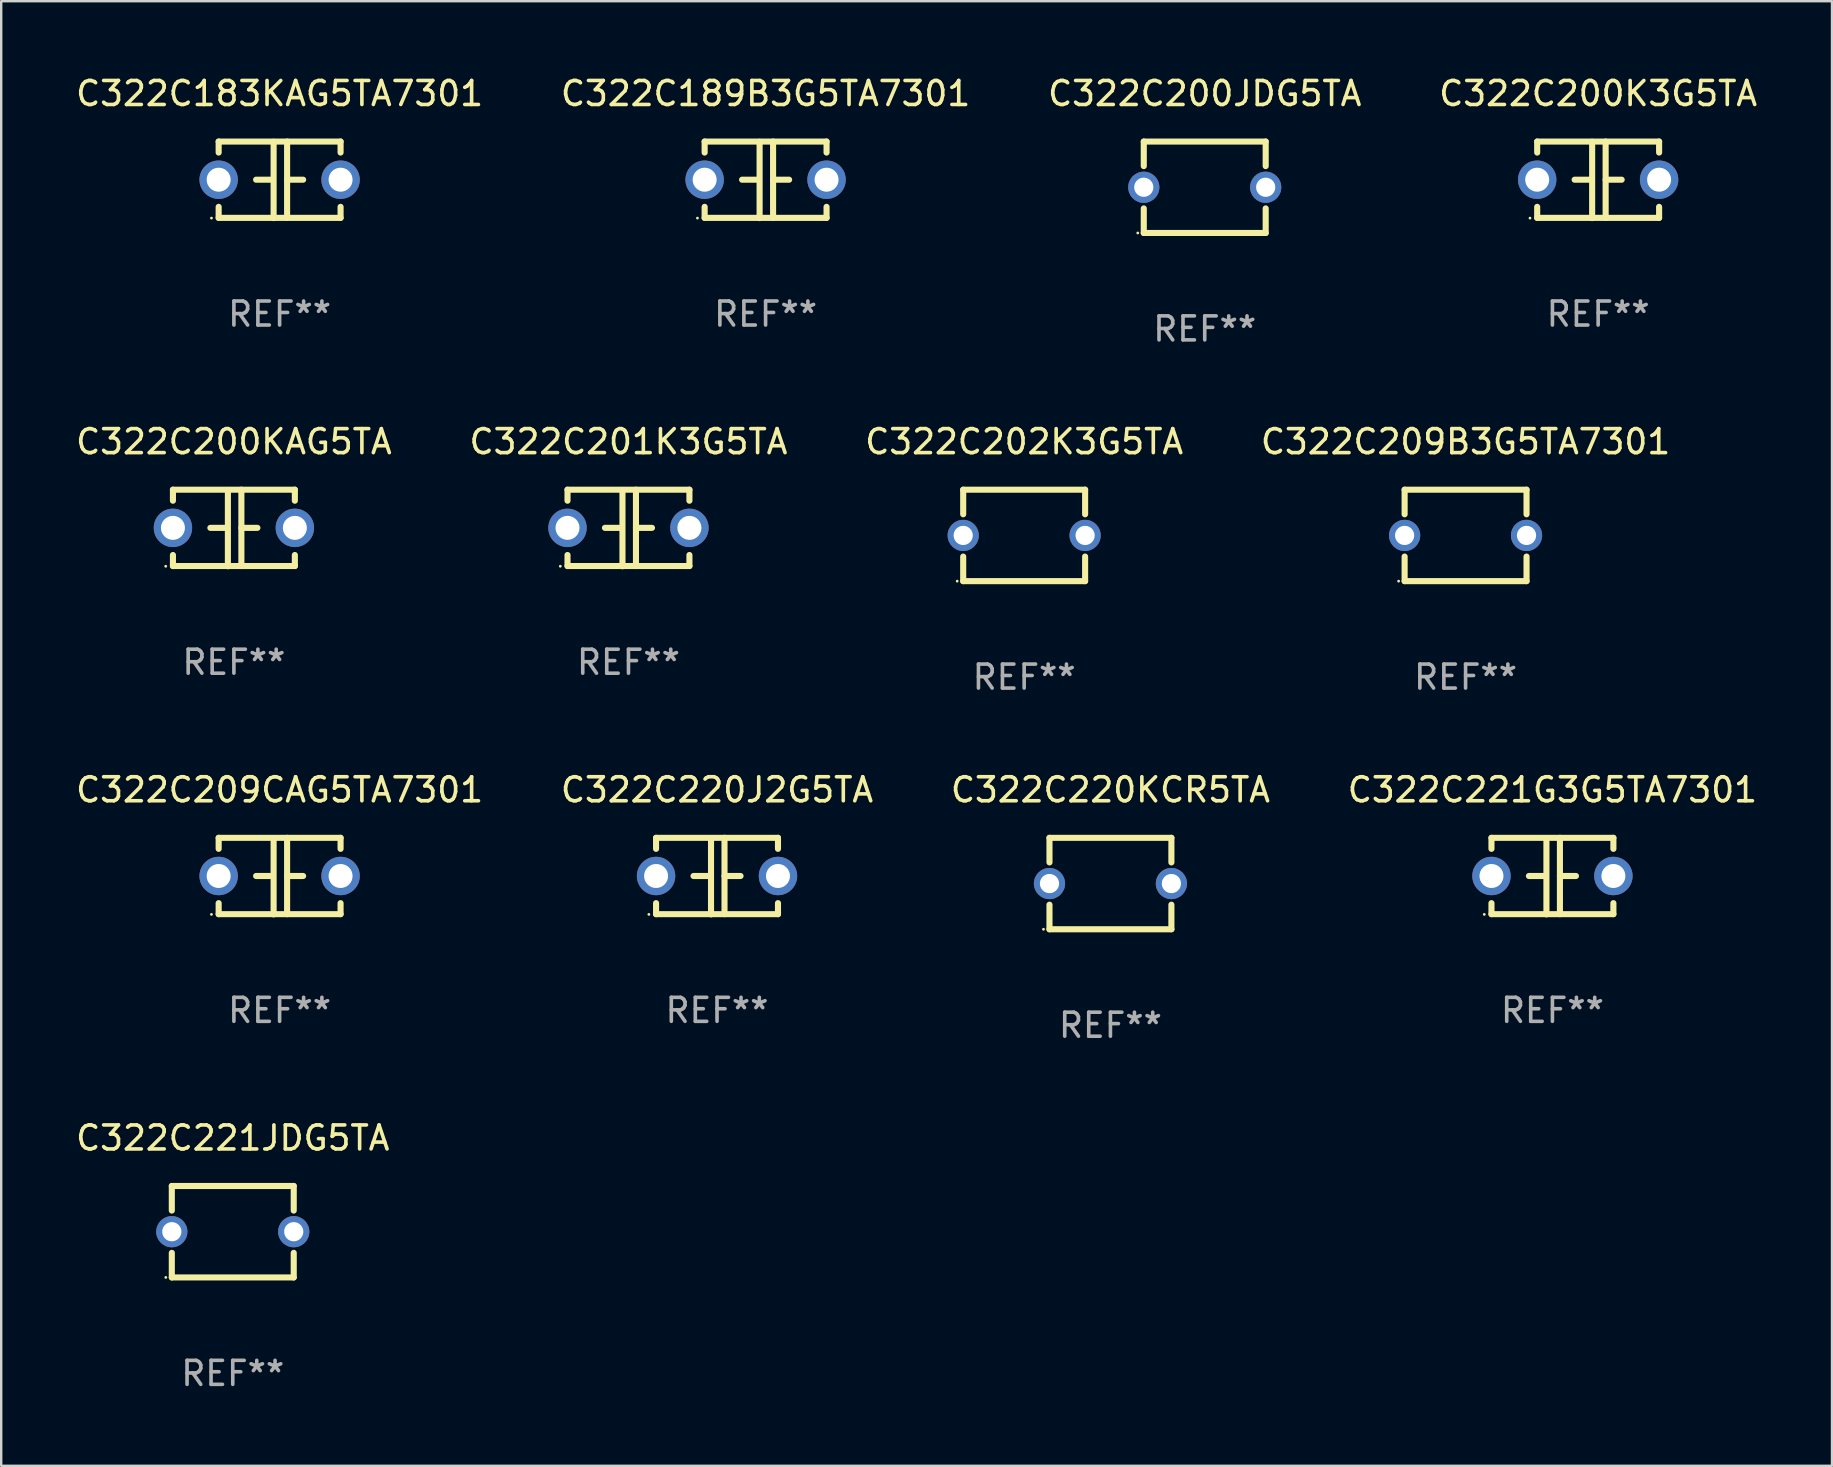
<source format=kicad_pcb>
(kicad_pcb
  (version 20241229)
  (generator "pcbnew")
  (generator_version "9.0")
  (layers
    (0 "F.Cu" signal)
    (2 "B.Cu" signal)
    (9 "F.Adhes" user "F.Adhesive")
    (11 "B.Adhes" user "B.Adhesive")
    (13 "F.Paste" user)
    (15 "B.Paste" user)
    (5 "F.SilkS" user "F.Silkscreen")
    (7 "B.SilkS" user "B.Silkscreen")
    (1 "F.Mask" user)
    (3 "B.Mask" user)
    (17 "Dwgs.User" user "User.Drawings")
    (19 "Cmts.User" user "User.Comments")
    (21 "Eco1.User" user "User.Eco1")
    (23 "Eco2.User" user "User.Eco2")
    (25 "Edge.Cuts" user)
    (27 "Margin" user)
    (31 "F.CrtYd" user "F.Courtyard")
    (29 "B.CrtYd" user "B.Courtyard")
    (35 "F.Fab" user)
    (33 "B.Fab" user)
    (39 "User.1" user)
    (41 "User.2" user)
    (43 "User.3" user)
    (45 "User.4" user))
  (footprint "C322C201K3G5TA"
    (layer "F.Cu")
    (at 23.137 18.95)
    (property "Reference" "C322C201K3G5TA" (at 0 -3.595 0) (layer "F.SilkS") (effects (font (size 1 1) (thickness 0.15))))
    (attr through_hole)
    (fp_line (start -2.54 -1.595) (end -2.54 -1.136) (stroke (width 0.254) (type solid)) (layer "F.SilkS"))
    (fp_line (start -2.54 -1.595) (end 2.54 -1.595) (stroke (width 0.254) (type solid)) (layer "F.SilkS"))
    (fp_line (start -2.54 1.126) (end -2.54 1.585) (stroke (width 0.254) (type solid)) (layer "F.SilkS"))
    (fp_line (start -0.312 -0.005) (end -0.98 -0.005) (stroke (width 0.254) (type solid)) (layer "F.SilkS"))
    (fp_line (start -0.25 -1.585) (end -0.25 1.595) (stroke (width 0.254) (type solid)) (layer "F.SilkS"))
    (fp_line (start 0.312 -1.595) (end 0.312 1.585) (stroke (width 0.254) (type solid)) (layer "F.SilkS"))
    (fp_line (start 0.312 -0.005) (end 0.98 -0.005) (stroke (width 0.254) (type solid)) (layer "F.SilkS"))
    (fp_line (start 2.54 -1.595) (end 2.54 -1.136) (stroke (width 0.254) (type solid)) (layer "F.SilkS"))
    (fp_line (start 2.54 1.126) (end 2.54 1.585) (stroke (width 0.254) (type solid)) (layer "F.SilkS"))
    (fp_line (start 2.54 1.585) (end -2.54 1.585) (stroke (width 0.254) (type solid)) (layer "F.SilkS"))
    (fp_circle (center -2.84 1.595) (end -2.81 1.595) (stroke (width 0.06) (type solid)) (fill no) (layer "F.SilkS"))
    (fp_text user "REF**" (at 0 5.595 0) (layer "F.Fab") (effects (font (size 1 1) (thickness 0.15))))
    (pad "1" thru_hole circle (at -2.54 -0.005) (size 1.6 1.6) (drill 1) (layers "*.Cu" "*.Mask"))
    (pad "2" thru_hole circle (at 2.54 -0.005) (size 1.6 1.6) (drill 1) (layers "*.Cu" "*.Mask")))
  (footprint "C322C200KAG5TA"
    (layer "F.Cu")
    (at 6.696 18.95)
    (property "Reference" "C322C200KAG5TA" (at 0 -3.595 0) (layer "F.SilkS") (effects (font (size 1 1) (thickness 0.15))))
    (attr through_hole)
    (fp_line (start -2.54 -1.595) (end -2.54 -1.136) (stroke (width 0.254) (type solid)) (layer "F.SilkS"))
    (fp_line (start -2.54 -1.595) (end 2.54 -1.595) (stroke (width 0.254) (type solid)) (layer "F.SilkS"))
    (fp_line (start -2.54 1.126) (end -2.54 1.585) (stroke (width 0.254) (type solid)) (layer "F.SilkS"))
    (fp_line (start -0.312 -0.005) (end -0.98 -0.005) (stroke (width 0.254) (type solid)) (layer "F.SilkS"))
    (fp_line (start -0.25 -1.585) (end -0.25 1.595) (stroke (width 0.254) (type solid)) (layer "F.SilkS"))
    (fp_line (start 0.312 -1.595) (end 0.312 1.585) (stroke (width 0.254) (type solid)) (layer "F.SilkS"))
    (fp_line (start 0.312 -0.005) (end 0.98 -0.005) (stroke (width 0.254) (type solid)) (layer "F.SilkS"))
    (fp_line (start 2.54 -1.595) (end 2.54 -1.136) (stroke (width 0.254) (type solid)) (layer "F.SilkS"))
    (fp_line (start 2.54 1.126) (end 2.54 1.585) (stroke (width 0.254) (type solid)) (layer "F.SilkS"))
    (fp_line (start 2.54 1.585) (end -2.54 1.585) (stroke (width 0.254) (type solid)) (layer "F.SilkS"))
    (fp_circle (center -2.84 1.595) (end -2.81 1.595) (stroke (width 0.06) (type solid)) (fill no) (layer "F.SilkS"))
    (fp_text user "REF**" (at 0 5.595 0) (layer "F.Fab") (effects (font (size 1 1) (thickness 0.15))))
    (pad "1" thru_hole circle (at -2.54 -0.005) (size 1.6 1.6) (drill 1) (layers "*.Cu" "*.Mask"))
    (pad "2" thru_hole circle (at 2.54 -0.005) (size 1.6 1.6) (drill 1) (layers "*.Cu" "*.Mask")))
  (footprint "C322C220J2G5TA"
    (layer "F.Cu")
    (at 26.827 33.456)
    (property "Reference" "C322C220J2G5TA" (at 0 -3.595 0) (layer "F.SilkS") (effects (font (size 1 1) (thickness 0.15))))
    (attr through_hole)
    (fp_line (start -2.54 -1.595) (end -2.54 -1.136) (stroke (width 0.254) (type solid)) (layer "F.SilkS"))
    (fp_line (start -2.54 -1.595) (end 2.54 -1.595) (stroke (width 0.254) (type solid)) (layer "F.SilkS"))
    (fp_line (start -2.54 1.126) (end -2.54 1.585) (stroke (width 0.254) (type solid)) (layer "F.SilkS"))
    (fp_line (start -0.312 -0.005) (end -0.98 -0.005) (stroke (width 0.254) (type solid)) (layer "F.SilkS"))
    (fp_line (start -0.25 -1.585) (end -0.25 1.595) (stroke (width 0.254) (type solid)) (layer "F.SilkS"))
    (fp_line (start 0.312 -1.595) (end 0.312 1.585) (stroke (width 0.254) (type solid)) (layer "F.SilkS"))
    (fp_line (start 0.312 -0.005) (end 0.98 -0.005) (stroke (width 0.254) (type solid)) (layer "F.SilkS"))
    (fp_line (start 2.54 -1.595) (end 2.54 -1.136) (stroke (width 0.254) (type solid)) (layer "F.SilkS"))
    (fp_line (start 2.54 1.126) (end 2.54 1.585) (stroke (width 0.254) (type solid)) (layer "F.SilkS"))
    (fp_line (start 2.54 1.585) (end -2.54 1.585) (stroke (width 0.254) (type solid)) (layer "F.SilkS"))
    (fp_circle (center -2.84 1.595) (end -2.81 1.595) (stroke (width 0.06) (type solid)) (fill no) (layer "F.SilkS"))
    (fp_text user "REF**" (at 0 5.595 0) (layer "F.Fab") (effects (font (size 1 1) (thickness 0.15))))
    (pad "1" thru_hole circle (at -2.54 -0.005) (size 1.6 1.6) (drill 1) (layers "*.Cu" "*.Mask"))
    (pad "2" thru_hole circle (at 2.54 -0.005) (size 1.6 1.6) (drill 1) (layers "*.Cu" "*.Mask")))
  (footprint "C322C221JDG5TA"
    (layer "F.Cu")
    (at 6.649 48.273)
    (property "Reference" "C322C221JDG5TA" (at 0 -3.905 0) (layer "F.SilkS") (effects (font (size 1 1) (thickness 0.15))))
    (attr through_hole)
    (fp_line (start -2.54 -1.905) (end -2.54 -0.881) (stroke (width 0.254) (type solid)) (layer "F.SilkS"))
    (fp_line (start -2.54 0.881) (end -2.54 1.905) (stroke (width 0.254) (type solid)) (layer "F.SilkS"))
    (fp_line (start -2.54 1.905) (end 2.54 1.905) (stroke (width 0.254) (type solid)) (layer "F.SilkS"))
    (fp_line (start 2.54 -1.905) (end -2.54 -1.905) (stroke (width 0.254) (type solid)) (layer "F.SilkS"))
    (fp_line (start 2.54 -0.881) (end 2.54 -1.905) (stroke (width 0.254) (type solid)) (layer "F.SilkS"))
    (fp_line (start 2.54 1.905) (end 2.54 0.881) (stroke (width 0.254) (type solid)) (layer "F.SilkS"))
    (fp_circle (center -2.79 1.905) (end -2.76 1.905) (stroke (width 0.06) (type solid)) (fill no) (layer "F.SilkS"))
    (fp_text user "REF**" (at 0 5.905 0) (layer "F.Fab") (effects (font (size 1 1) (thickness 0.15))))
    (pad "1" thru_hole circle (at -2.54 0) (size 1.3 1.3) (drill 0.8) (layers "*.Cu" "*.Mask"))
    (pad "2" thru_hole circle (at 2.54 0) (size 1.3 1.3) (drill 0.8) (layers "*.Cu" "*.Mask")))
  (footprint "C322C200JDG5TA"
    (layer "F.Cu")
    (at 47.149 4.753)
    (property "Reference" "C322C200JDG5TA" (at 0 -3.905 0) (layer "F.SilkS") (effects (font (size 1 1) (thickness 0.15))))
    (attr through_hole)
    (fp_line (start -2.54 -1.905) (end -2.54 -0.881) (stroke (width 0.254) (type solid)) (layer "F.SilkS"))
    (fp_line (start -2.54 0.881) (end -2.54 1.905) (stroke (width 0.254) (type solid)) (layer "F.SilkS"))
    (fp_line (start -2.54 1.905) (end 2.54 1.905) (stroke (width 0.254) (type solid)) (layer "F.SilkS"))
    (fp_line (start 2.54 -1.905) (end -2.54 -1.905) (stroke (width 0.254) (type solid)) (layer "F.SilkS"))
    (fp_line (start 2.54 -0.881) (end 2.54 -1.905) (stroke (width 0.254) (type solid)) (layer "F.SilkS"))
    (fp_line (start 2.54 1.905) (end 2.54 0.881) (stroke (width 0.254) (type solid)) (layer "F.SilkS"))
    (fp_circle (center -2.79 1.905) (end -2.76 1.905) (stroke (width 0.06) (type solid)) (fill no) (layer "F.SilkS"))
    (fp_text user "REF**" (at 0 5.905 0) (layer "F.Fab") (effects (font (size 1 1) (thickness 0.15))))
    (pad "1" thru_hole circle (at -2.54 0) (size 1.3 1.3) (drill 0.8) (layers "*.Cu" "*.Mask"))
    (pad "2" thru_hole circle (at 2.54 0) (size 1.3 1.3) (drill 0.8) (layers "*.Cu" "*.Mask")))
  (footprint "C322C202K3G5TA"
    (layer "F.Cu")
    (at 39.625 19.26)
    (property "Reference" "C322C202K3G5TA" (at 0 -3.905 0) (layer "F.SilkS") (effects (font (size 1 1) (thickness 0.15))))
    (attr through_hole)
    (fp_line (start -2.54 -1.905) (end -2.54 -0.881) (stroke (width 0.254) (type solid)) (layer "F.SilkS"))
    (fp_line (start -2.54 0.881) (end -2.54 1.905) (stroke (width 0.254) (type solid)) (layer "F.SilkS"))
    (fp_line (start -2.54 1.905) (end 2.54 1.905) (stroke (width 0.254) (type solid)) (layer "F.SilkS"))
    (fp_line (start 2.54 -1.905) (end -2.54 -1.905) (stroke (width 0.254) (type solid)) (layer "F.SilkS"))
    (fp_line (start 2.54 -0.881) (end 2.54 -1.905) (stroke (width 0.254) (type solid)) (layer "F.SilkS"))
    (fp_line (start 2.54 1.905) (end 2.54 0.881) (stroke (width 0.254) (type solid)) (layer "F.SilkS"))
    (fp_circle (center -2.79 1.905) (end -2.76 1.905) (stroke (width 0.06) (type solid)) (fill no) (layer "F.SilkS"))
    (fp_text user "REF**" (at 0 5.905 0) (layer "F.Fab") (effects (font (size 1 1) (thickness 0.15))))
    (pad "1" thru_hole circle (at -2.54 0) (size 1.3 1.3) (drill 0.8) (layers "*.Cu" "*.Mask"))
    (pad "2" thru_hole circle (at 2.54 0) (size 1.3 1.3) (drill 0.8) (layers "*.Cu" "*.Mask")))
  (footprint "C322C189B3G5TA7301"
    (layer "F.Cu")
    (at 28.851 4.443)
    (property "Reference" "C322C189B3G5TA7301" (at 0 -3.595 0) (layer "F.SilkS") (effects (font (size 1 1) (thickness 0.15))))
    (attr through_hole)
    (fp_line (start -2.54 -1.595) (end -2.54 -1.136) (stroke (width 0.254) (type solid)) (layer "F.SilkS"))
    (fp_line (start -2.54 -1.595) (end 2.54 -1.595) (stroke (width 0.254) (type solid)) (layer "F.SilkS"))
    (fp_line (start -2.54 1.126) (end -2.54 1.585) (stroke (width 0.254) (type solid)) (layer "F.SilkS"))
    (fp_line (start -0.312 -0.005) (end -0.98 -0.005) (stroke (width 0.254) (type solid)) (layer "F.SilkS"))
    (fp_line (start -0.25 -1.585) (end -0.25 1.595) (stroke (width 0.254) (type solid)) (layer "F.SilkS"))
    (fp_line (start 0.312 -1.595) (end 0.312 1.585) (stroke (width 0.254) (type solid)) (layer "F.SilkS"))
    (fp_line (start 0.312 -0.005) (end 0.98 -0.005) (stroke (width 0.254) (type solid)) (layer "F.SilkS"))
    (fp_line (start 2.54 -1.595) (end 2.54 -1.136) (stroke (width 0.254) (type solid)) (layer "F.SilkS"))
    (fp_line (start 2.54 1.126) (end 2.54 1.585) (stroke (width 0.254) (type solid)) (layer "F.SilkS"))
    (fp_line (start 2.54 1.585) (end -2.54 1.585) (stroke (width 0.254) (type solid)) (layer "F.SilkS"))
    (fp_circle (center -2.84 1.595) (end -2.81 1.595) (stroke (width 0.06) (type solid)) (fill no) (layer "F.SilkS"))
    (fp_text user "REF**" (at 0 5.595 0) (layer "F.Fab") (effects (font (size 1 1) (thickness 0.15))))
    (pad "1" thru_hole circle (at -2.54 -0.005) (size 1.6 1.6) (drill 1) (layers "*.Cu" "*.Mask"))
    (pad "2" thru_hole circle (at 2.54 -0.005) (size 1.6 1.6) (drill 1) (layers "*.Cu" "*.Mask")))
  (footprint "C322C200K3G5TA"
    (layer "F.Cu")
    (at 63.542 4.443)
    (property "Reference" "C322C200K3G5TA" (at 0 -3.595 0) (layer "F.SilkS") (effects (font (size 1 1) (thickness 0.15))))
    (attr through_hole)
    (fp_line (start -2.54 -1.595) (end -2.54 -1.136) (stroke (width 0.254) (type solid)) (layer "F.SilkS"))
    (fp_line (start -2.54 -1.595) (end 2.54 -1.595) (stroke (width 0.254) (type solid)) (layer "F.SilkS"))
    (fp_line (start -2.54 1.126) (end -2.54 1.585) (stroke (width 0.254) (type solid)) (layer "F.SilkS"))
    (fp_line (start -0.312 -0.005) (end -0.98 -0.005) (stroke (width 0.254) (type solid)) (layer "F.SilkS"))
    (fp_line (start -0.25 -1.585) (end -0.25 1.595) (stroke (width 0.254) (type solid)) (layer "F.SilkS"))
    (fp_line (start 0.312 -1.595) (end 0.312 1.585) (stroke (width 0.254) (type solid)) (layer "F.SilkS"))
    (fp_line (start 0.312 -0.005) (end 0.98 -0.005) (stroke (width 0.254) (type solid)) (layer "F.SilkS"))
    (fp_line (start 2.54 -1.595) (end 2.54 -1.136) (stroke (width 0.254) (type solid)) (layer "F.SilkS"))
    (fp_line (start 2.54 1.126) (end 2.54 1.585) (stroke (width 0.254) (type solid)) (layer "F.SilkS"))
    (fp_line (start 2.54 1.585) (end -2.54 1.585) (stroke (width 0.254) (type solid)) (layer "F.SilkS"))
    (fp_circle (center -2.84 1.595) (end -2.81 1.595) (stroke (width 0.06) (type solid)) (fill no) (layer "F.SilkS"))
    (fp_text user "REF**" (at 0 5.595 0) (layer "F.Fab") (effects (font (size 1 1) (thickness 0.15))))
    (pad "1" thru_hole circle (at -2.54 -0.005) (size 1.6 1.6) (drill 1) (layers "*.Cu" "*.Mask"))
    (pad "2" thru_hole circle (at 2.54 -0.005) (size 1.6 1.6) (drill 1) (layers "*.Cu" "*.Mask")))
  (footprint "C322C183KAG5TA7301"
    (layer "F.Cu")
    (at 8.601 4.443)
    (property "Reference" "C322C183KAG5TA7301" (at 0 -3.595 0) (layer "F.SilkS") (effects (font (size 1 1) (thickness 0.15))))
    (attr through_hole)
    (fp_line (start -2.54 -1.595) (end -2.54 -1.136) (stroke (width 0.254) (type solid)) (layer "F.SilkS"))
    (fp_line (start -2.54 -1.595) (end 2.54 -1.595) (stroke (width 0.254) (type solid)) (layer "F.SilkS"))
    (fp_line (start -2.54 1.126) (end -2.54 1.585) (stroke (width 0.254) (type solid)) (layer "F.SilkS"))
    (fp_line (start -0.312 -0.005) (end -0.98 -0.005) (stroke (width 0.254) (type solid)) (layer "F.SilkS"))
    (fp_line (start -0.25 -1.585) (end -0.25 1.595) (stroke (width 0.254) (type solid)) (layer "F.SilkS"))
    (fp_line (start 0.312 -1.595) (end 0.312 1.585) (stroke (width 0.254) (type solid)) (layer "F.SilkS"))
    (fp_line (start 0.312 -0.005) (end 0.98 -0.005) (stroke (width 0.254) (type solid)) (layer "F.SilkS"))
    (fp_line (start 2.54 -1.595) (end 2.54 -1.136) (stroke (width 0.254) (type solid)) (layer "F.SilkS"))
    (fp_line (start 2.54 1.126) (end 2.54 1.585) (stroke (width 0.254) (type solid)) (layer "F.SilkS"))
    (fp_line (start 2.54 1.585) (end -2.54 1.585) (stroke (width 0.254) (type solid)) (layer "F.SilkS"))
    (fp_circle (center -2.84 1.595) (end -2.81 1.595) (stroke (width 0.06) (type solid)) (fill no) (layer "F.SilkS"))
    (fp_text user "REF**" (at 0 5.595 0) (layer "F.Fab") (effects (font (size 1 1) (thickness 0.15))))
    (pad "1" thru_hole circle (at -2.54 -0.005) (size 1.6 1.6) (drill 1) (layers "*.Cu" "*.Mask"))
    (pad "2" thru_hole circle (at 2.54 -0.005) (size 1.6 1.6) (drill 1) (layers "*.Cu" "*.Mask")))
  (footprint "C322C209CAG5TA7301"
    (layer "F.Cu")
    (at 8.601 33.456)
    (property "Reference" "C322C209CAG5TA7301" (at 0 -3.595 0) (layer "F.SilkS") (effects (font (size 1 1) (thickness 0.15))))
    (attr through_hole)
    (fp_line (start -2.54 -1.595) (end -2.54 -1.136) (stroke (width 0.254) (type solid)) (layer "F.SilkS"))
    (fp_line (start -2.54 -1.595) (end 2.54 -1.595) (stroke (width 0.254) (type solid)) (layer "F.SilkS"))
    (fp_line (start -2.54 1.126) (end -2.54 1.585) (stroke (width 0.254) (type solid)) (layer "F.SilkS"))
    (fp_line (start -0.312 -0.005) (end -0.98 -0.005) (stroke (width 0.254) (type solid)) (layer "F.SilkS"))
    (fp_line (start -0.25 -1.585) (end -0.25 1.595) (stroke (width 0.254) (type solid)) (layer "F.SilkS"))
    (fp_line (start 0.312 -1.595) (end 0.312 1.585) (stroke (width 0.254) (type solid)) (layer "F.SilkS"))
    (fp_line (start 0.312 -0.005) (end 0.98 -0.005) (stroke (width 0.254) (type solid)) (layer "F.SilkS"))
    (fp_line (start 2.54 -1.595) (end 2.54 -1.136) (stroke (width 0.254) (type solid)) (layer "F.SilkS"))
    (fp_line (start 2.54 1.126) (end 2.54 1.585) (stroke (width 0.254) (type solid)) (layer "F.SilkS"))
    (fp_line (start 2.54 1.585) (end -2.54 1.585) (stroke (width 0.254) (type solid)) (layer "F.SilkS"))
    (fp_circle (center -2.84 1.595) (end -2.81 1.595) (stroke (width 0.06) (type solid)) (fill no) (layer "F.SilkS"))
    (fp_text user "REF**" (at 0 5.595 0) (layer "F.Fab") (effects (font (size 1 1) (thickness 0.15))))
    (pad "1" thru_hole circle (at -2.54 -0.005) (size 1.6 1.6) (drill 1) (layers "*.Cu" "*.Mask"))
    (pad "2" thru_hole circle (at 2.54 -0.005) (size 1.6 1.6) (drill 1) (layers "*.Cu" "*.Mask")))
  (footprint "C322C220KCR5TA"
    (layer "F.Cu")
    (at 43.22 33.766)
    (property "Reference" "C322C220KCR5TA" (at 0 -3.905 0) (layer "F.SilkS") (effects (font (size 1 1) (thickness 0.15))))
    (attr through_hole)
    (fp_line (start -2.54 -1.905) (end -2.54 -0.881) (stroke (width 0.254) (type solid)) (layer "F.SilkS"))
    (fp_line (start -2.54 0.881) (end -2.54 1.905) (stroke (width 0.254) (type solid)) (layer "F.SilkS"))
    (fp_line (start -2.54 1.905) (end 2.54 1.905) (stroke (width 0.254) (type solid)) (layer "F.SilkS"))
    (fp_line (start 2.54 -1.905) (end -2.54 -1.905) (stroke (width 0.254) (type solid)) (layer "F.SilkS"))
    (fp_line (start 2.54 -0.881) (end 2.54 -1.905) (stroke (width 0.254) (type solid)) (layer "F.SilkS"))
    (fp_line (start 2.54 1.905) (end 2.54 0.881) (stroke (width 0.254) (type solid)) (layer "F.SilkS"))
    (fp_circle (center -2.79 1.905) (end -2.76 1.905) (stroke (width 0.06) (type solid)) (fill no) (layer "F.SilkS"))
    (fp_text user "REF**" (at 0 5.905 0) (layer "F.Fab") (effects (font (size 1 1) (thickness 0.15))))
    (pad "1" thru_hole circle (at -2.54 0) (size 1.3 1.3) (drill 0.8) (layers "*.Cu" "*.Mask"))
    (pad "2" thru_hole circle (at 2.54 0) (size 1.3 1.3) (drill 0.8) (layers "*.Cu" "*.Mask")))
  (footprint "C322C209B3G5TA7301"
    (layer "F.Cu")
    (at 58.018 19.26)
    (property "Reference" "C322C209B3G5TA7301" (at 0 -3.905 0) (layer "F.SilkS") (effects (font (size 1 1) (thickness 0.15))))
    (attr through_hole)
    (fp_line (start -2.54 -1.905) (end -2.54 -0.881) (stroke (width 0.254) (type solid)) (layer "F.SilkS"))
    (fp_line (start -2.54 0.881) (end -2.54 1.905) (stroke (width 0.254) (type solid)) (layer "F.SilkS"))
    (fp_line (start -2.54 1.905) (end 2.54 1.905) (stroke (width 0.254) (type solid)) (layer "F.SilkS"))
    (fp_line (start 2.54 -1.905) (end -2.54 -1.905) (stroke (width 0.254) (type solid)) (layer "F.SilkS"))
    (fp_line (start 2.54 -0.881) (end 2.54 -1.905) (stroke (width 0.254) (type solid)) (layer "F.SilkS"))
    (fp_line (start 2.54 1.905) (end 2.54 0.881) (stroke (width 0.254) (type solid)) (layer "F.SilkS"))
    (fp_circle (center -2.79 1.905) (end -2.76 1.905) (stroke (width 0.06) (type solid)) (fill no) (layer "F.SilkS"))
    (fp_text user "REF**" (at 0 5.905 0) (layer "F.Fab") (effects (font (size 1 1) (thickness 0.15))))
    (pad "1" thru_hole circle (at -2.54 0) (size 1.3 1.3) (drill 0.8) (layers "*.Cu" "*.Mask"))
    (pad "2" thru_hole circle (at 2.54 0) (size 1.3 1.3) (drill 0.8) (layers "*.Cu" "*.Mask")))
  (footprint "C322C221G3G5TA7301"
    (layer "F.Cu")
    (at 61.637 33.456)
    (property "Reference" "C322C221G3G5TA7301" (at 0 -3.595 0) (layer "F.SilkS") (effects (font (size 1 1) (thickness 0.15))))
    (attr through_hole)
    (fp_line (start -2.54 -1.595) (end -2.54 -1.136) (stroke (width 0.254) (type solid)) (layer "F.SilkS"))
    (fp_line (start -2.54 -1.595) (end 2.54 -1.595) (stroke (width 0.254) (type solid)) (layer "F.SilkS"))
    (fp_line (start -2.54 1.126) (end -2.54 1.585) (stroke (width 0.254) (type solid)) (layer "F.SilkS"))
    (fp_line (start -0.312 -0.005) (end -0.98 -0.005) (stroke (width 0.254) (type solid)) (layer "F.SilkS"))
    (fp_line (start -0.25 -1.585) (end -0.25 1.595) (stroke (width 0.254) (type solid)) (layer "F.SilkS"))
    (fp_line (start 0.312 -1.595) (end 0.312 1.585) (stroke (width 0.254) (type solid)) (layer "F.SilkS"))
    (fp_line (start 0.312 -0.005) (end 0.98 -0.005) (stroke (width 0.254) (type solid)) (layer "F.SilkS"))
    (fp_line (start 2.54 -1.595) (end 2.54 -1.136) (stroke (width 0.254) (type solid)) (layer "F.SilkS"))
    (fp_line (start 2.54 1.126) (end 2.54 1.585) (stroke (width 0.254) (type solid)) (layer "F.SilkS"))
    (fp_line (start 2.54 1.585) (end -2.54 1.585) (stroke (width 0.254) (type solid)) (layer "F.SilkS"))
    (fp_circle (center -2.84 1.595) (end -2.81 1.595) (stroke (width 0.06) (type solid)) (fill no) (layer "F.SilkS"))
    (fp_text user "REF**" (at 0 5.595 0) (layer "F.Fab") (effects (font (size 1 1) (thickness 0.15))))
    (pad "1" thru_hole circle (at -2.54 -0.005) (size 1.6 1.6) (drill 1) (layers "*.Cu" "*.Mask"))
    (pad "2" thru_hole circle (at 2.54 -0.005) (size 1.6 1.6) (drill 1) (layers "*.Cu" "*.Mask")))
  (gr_rect
    (start -3 -3)
    (end 73.286 58.026)
    (stroke (width 0.1) (type default))
    (fill no)
    (layer "Edge.Cuts")))
</source>
